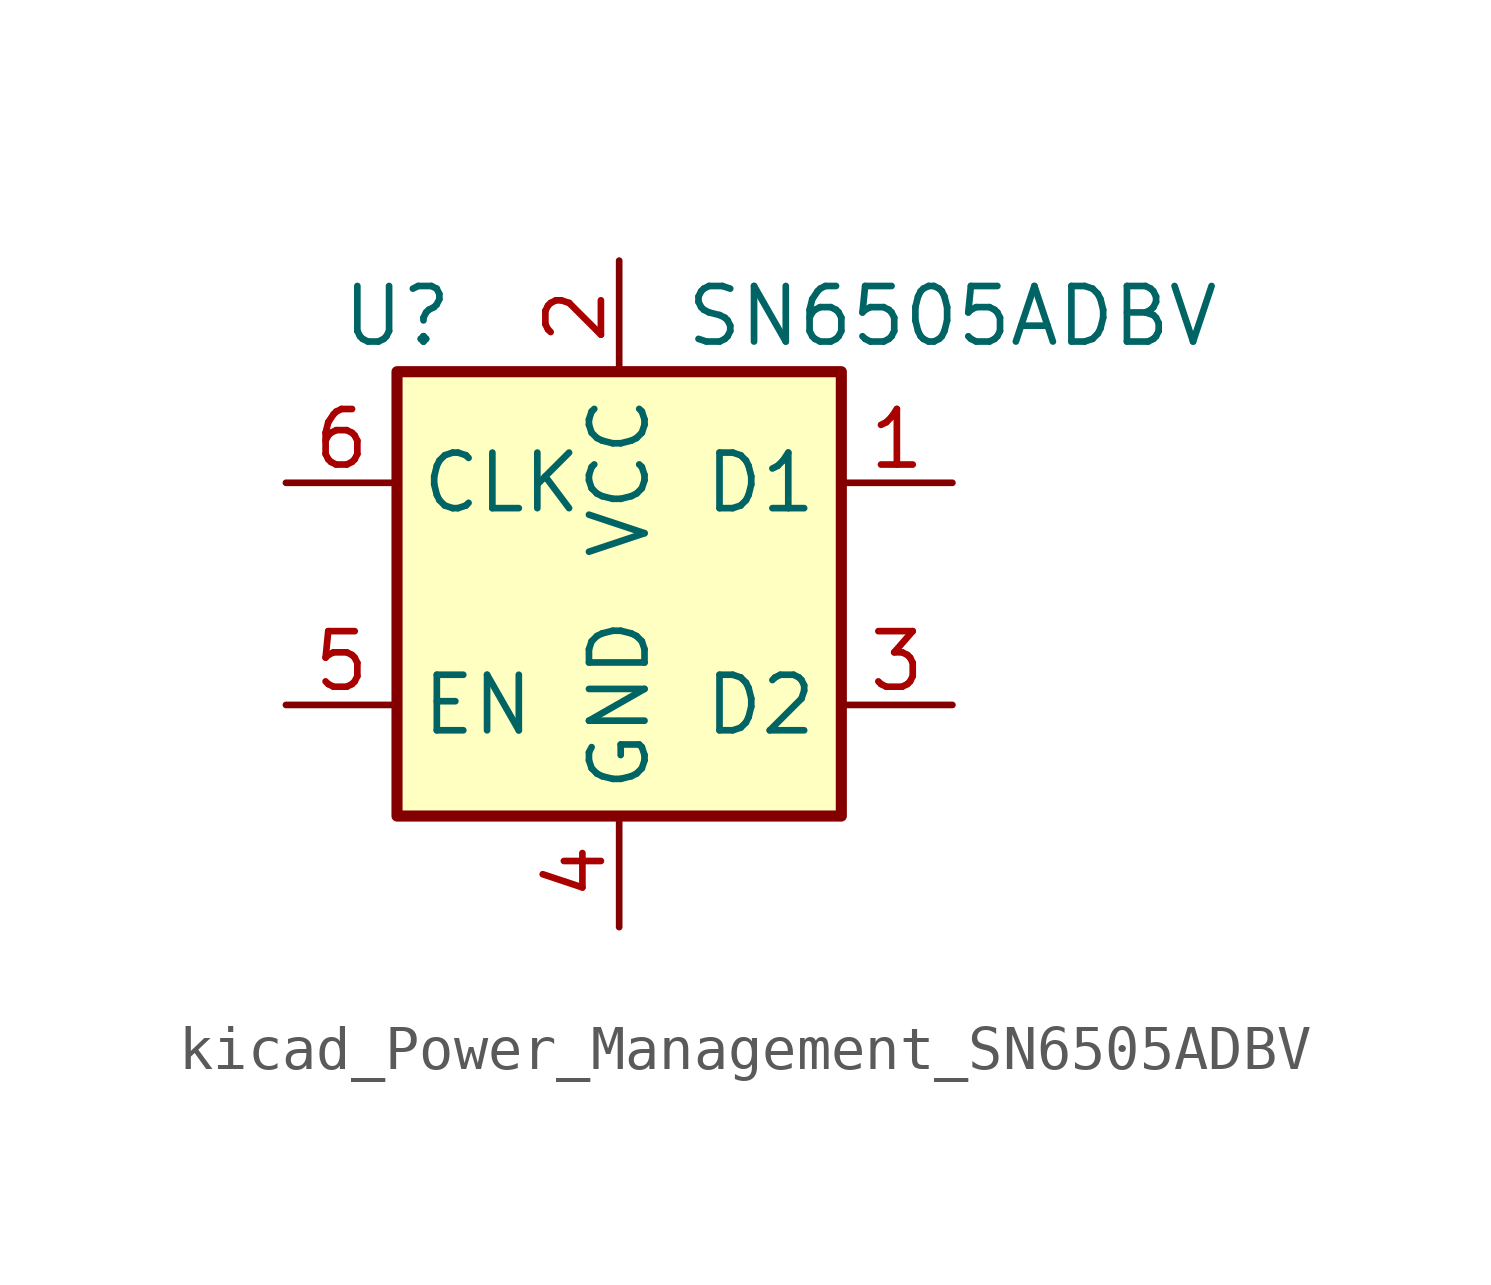
<source format=kicad_sym>
(kicad_symbol_lib
  (version 20220914)
  (generator kicad_symbol_editor)
  (symbol "kicad_Power_Management_SN6505ADBV"
    (property "Reference" "U"
      (at -5.08 6.35 0)
      (effects (font (size 1.27 1.27))))
    (property "Value" "SN6505ADBV"
      (at 7.62 6.35 0)
      (effects (font (size 1.27 1.27))))
    (symbol "kicad_Power_Management_SN6505ADBV_0_1"
      (rectangle (start -5.08 5.08) (end 5.08 -5.08) (stroke (width 0.254) (type default)) (fill (type background))))
    (symbol "kicad_Power_Management_SN6505ADBV_1_1"
      (pin open_collector line (at 7.62 2.54 180) (length 2.54) (name "D1" (effects (font (size 1.27 1.27)))) (number "1" (effects (font (size 1.27 1.27)))))
      (pin power_in line (at 0 7.62 270) (length 2.54) (name "VCC" (effects (font (size 1.27 1.27)))) (number "2" (effects (font (size 1.27 1.27)))))
      (pin open_collector line (at 7.62 -2.54 180) (length 2.54) (name "D2" (effects (font (size 1.27 1.27)))) (number "3" (effects (font (size 1.27 1.27)))))
      (pin power_in line (at 0 -7.62 90) (length 2.54) (name "GND" (effects (font (size 1.27 1.27)))) (number "4" (effects (font (size 1.27 1.27)))))
      (pin input line (at -7.62 -2.54 0) (length 2.54) (name "EN" (effects (font (size 1.27 1.27)))) (number "5" (effects (font (size 1.27 1.27)))))
      (pin input line (at -7.62 2.54 0) (length 2.54) (name "CLK" (effects (font (size 1.27 1.27)))) (number "6" (effects (font (size 1.27 1.27))))))))
</source>
